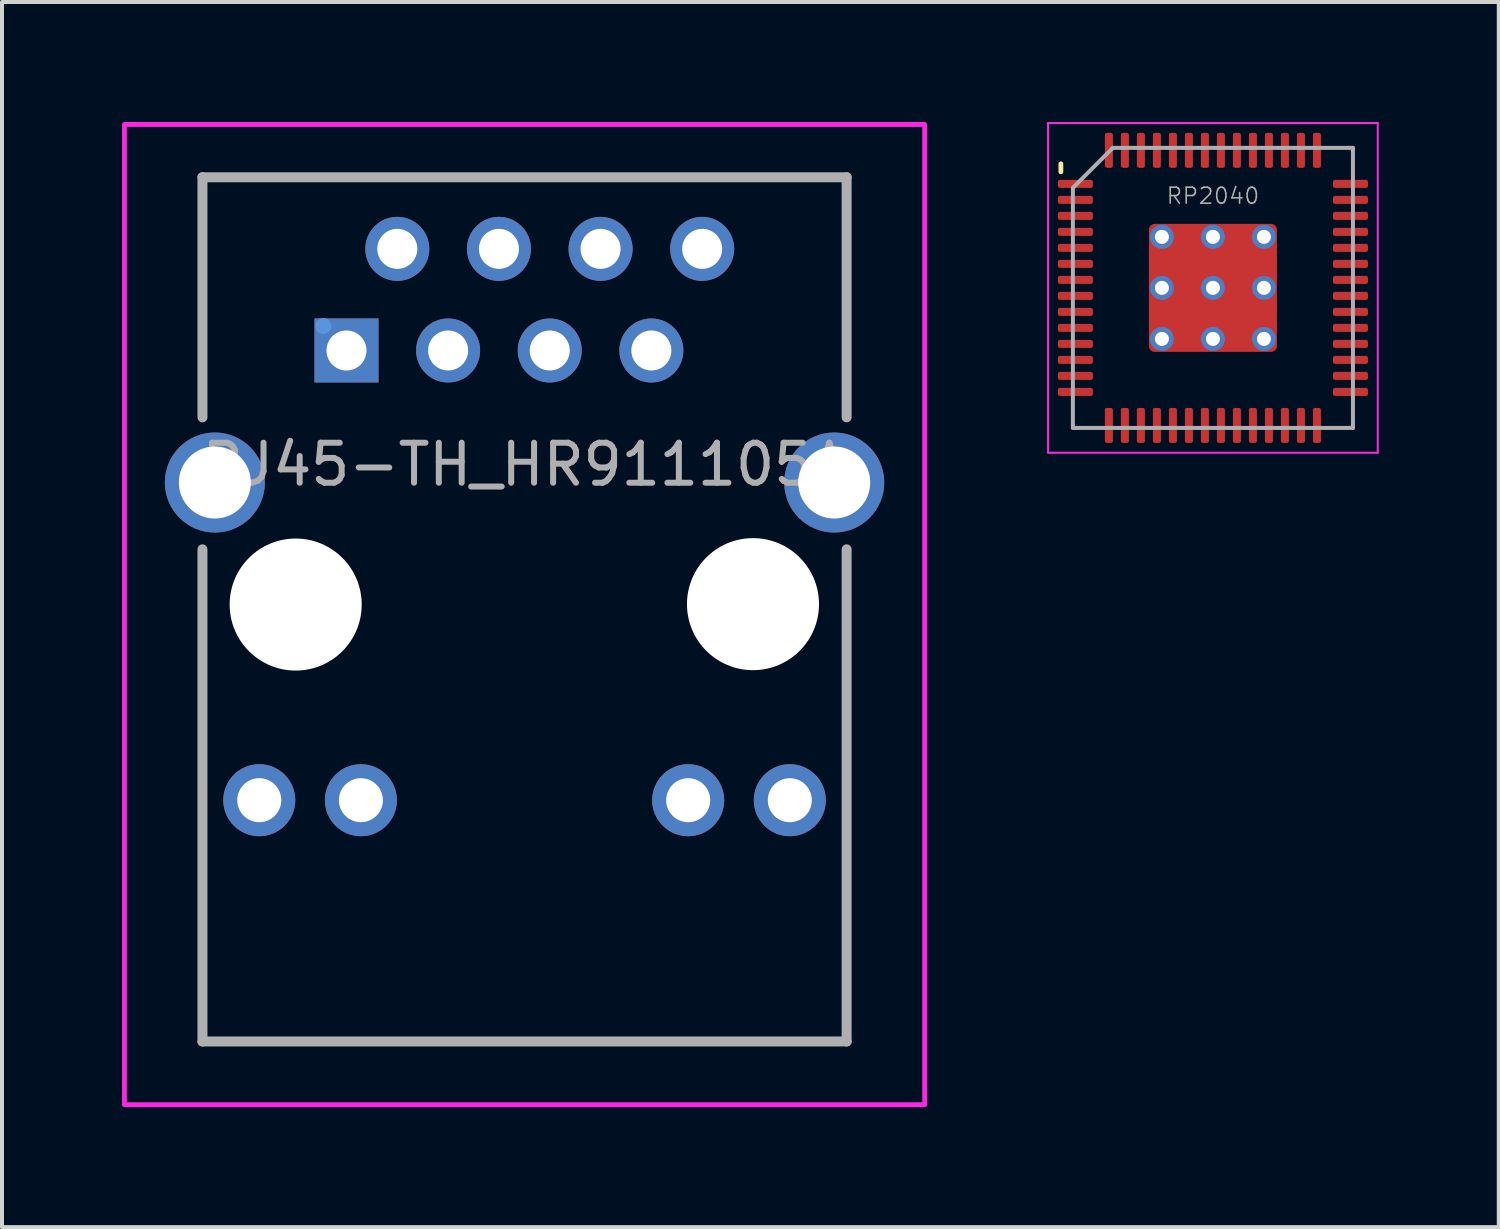
<source format=kicad_pcb>
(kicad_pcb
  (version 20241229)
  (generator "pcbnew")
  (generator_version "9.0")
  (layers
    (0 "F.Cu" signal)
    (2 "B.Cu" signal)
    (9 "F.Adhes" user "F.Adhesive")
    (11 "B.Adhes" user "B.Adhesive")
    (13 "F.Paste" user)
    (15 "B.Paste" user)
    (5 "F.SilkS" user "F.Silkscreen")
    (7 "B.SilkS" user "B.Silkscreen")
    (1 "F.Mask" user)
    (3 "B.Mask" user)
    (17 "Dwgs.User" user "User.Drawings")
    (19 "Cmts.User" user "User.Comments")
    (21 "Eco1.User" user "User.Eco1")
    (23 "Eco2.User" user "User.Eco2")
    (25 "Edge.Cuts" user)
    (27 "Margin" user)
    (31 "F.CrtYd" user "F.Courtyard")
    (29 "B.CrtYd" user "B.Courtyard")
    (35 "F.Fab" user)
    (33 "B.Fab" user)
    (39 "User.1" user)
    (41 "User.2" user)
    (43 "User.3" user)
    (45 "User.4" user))
  (footprint "RJ45-TH_HR911105A"
    (layer "F.Cu")
    (at 10.06 10.06)
    (property "Reference" "RJ45-TH_HR911105A" (at 0 -1.5 0) (layer "F.Fab") (effects (font (size 1 1) (thickness 0.15))))
    (attr through_hole)
    (fp_circle (center -5.72 1.99) (end -5.02 1.99) (stroke (width 1.4) (type solid)) (fill no) (layer "Cmts.User"))
    (fp_circle (center -5.03 -4.96) (end -4.93 -4.96) (stroke (width 0.2) (type solid)) (fill no) (layer "Cmts.User"))
    (fp_circle (center 5.71 1.99) (end 6.41 1.99) (stroke (width 1.4) (type solid)) (fill no) (layer "Cmts.User"))
    (fp_rect (start -10 -10) (end 10 14.5) (stroke (width 0.12) (type solid)) (fill no) (layer "F.CrtYd"))
    (fp_line (start -8.05 -8.68) (end -8.05 -2.68) (stroke (width 0.25) (type solid)) (layer "F.Fab"))
    (fp_line (start -8.05 -8.68) (end 8.05 -8.68) (stroke (width 0.25) (type solid)) (layer "F.Fab"))
    (fp_line (start -8.05 0.62) (end -8.05 12.92) (stroke (width 0.25) (type solid)) (layer "F.Fab"))
    (fp_line (start -8.05 12.92) (end 8.05 12.92) (stroke (width 0.25) (type solid)) (layer "F.Fab"))
    (fp_line (start 8.05 -8.68) (end 8.05 -2.68) (stroke (width 0.25) (type solid)) (layer "F.Fab"))
    (fp_line (start 8.05 0.62) (end 8.05 12.92) (stroke (width 0.25) (type solid)) (layer "F.Fab"))
    (fp_circle (center -8.02 -8.4) (end -7.99 -8.4) (stroke (width 0.06) (type solid)) (fill no) (layer "F.Fab"))
    (pad "" np_thru_hole circle (at -5.72 2) (size 3.3 3.3) (drill 3.3) (layers "*.Cu" "*.Mask"))
    (pad "" np_thru_hole circle (at 5.71 1.99) (size 3.3 3.3) (drill 3.3) (layers "*.Cu" "*.Mask"))
    (pad "1" thru_hole rect (at -4.45 -4.35) (size 1.6 1.6) (drill 1) (layers "*.Cu" "*.Paste" "*.Mask"))
    (pad "2" thru_hole circle (at -3.18 -6.89) (size 1.6 1.6) (drill 1) (layers "*.Cu" "*.Paste" "*.Mask"))
    (pad "3" thru_hole circle (at -1.91 -4.35) (size 1.6 1.6) (drill 1) (layers "*.Cu" "*.Paste" "*.Mask"))
    (pad "4" thru_hole circle (at -0.64 -6.89) (size 1.6 1.6) (drill 1) (layers "*.Cu" "*.Paste" "*.Mask"))
    (pad "5" thru_hole circle (at 0.63 -4.35) (size 1.6 1.6) (drill 1) (layers "*.Cu" "*.Paste" "*.Mask"))
    (pad "6" thru_hole circle (at 1.9 -6.89) (size 1.6 1.6) (drill 1) (layers "*.Cu" "*.Paste" "*.Mask"))
    (pad "7" thru_hole circle (at 3.17 -4.35) (size 1.6 1.6) (drill 1) (layers "*.Cu" "*.Paste" "*.Mask"))
    (pad "8" thru_hole circle (at 4.44 -6.89) (size 1.6 1.6) (drill 1) (layers "*.Cu" "*.Paste" "*.Mask"))
    (pad "9" thru_hole circle (at -6.63 6.89) (size 1.8 1.8) (drill 1.1) (layers "*.Cu" "*.Paste" "*.Mask"))
    (pad "10" thru_hole circle (at -4.09 6.89) (size 1.8 1.8) (drill 1.1) (layers "*.Cu" "*.Paste" "*.Mask"))
    (pad "11" thru_hole circle (at 4.09 6.89) (size 1.8 1.8) (drill 1.1) (layers "*.Cu" "*.Paste" "*.Mask"))
    (pad "12" thru_hole circle (at 6.63 6.89) (size 1.8 1.8) (drill 1.1) (layers "*.Cu" "*.Paste" "*.Mask"))
    (pad "SH1" thru_hole circle (at -7.74 -1.05) (size 2.5 2.5) (drill 1.8) (layers "*.Cu" "*.Paste" "*.Mask"))
    (pad "SH2" thru_hole circle (at 7.74 -1.05) (size 2.5 2.5) (drill 1.8) (layers "*.Cu" "*.Paste" "*.Mask")))
  (footprint "RP2040"
    (layer "F.Cu")
    (at 27.265 4.145)
    (property "Reference" "RP2040" (at 0 -2.3 0) (layer "F.Fab") (effects (font (size 0.4 0.4) (thickness 0.04))))
    (attr smd)
    (fp_line (start -3.8 -3.1) (end -3.8 -2.9) (stroke (width 0.12) (type solid)) (layer "F.SilkS"))
    (fp_line (start -4.12 -4.12) (end -4.12 4.12) (stroke (width 0.05) (type solid)) (layer "F.CrtYd"))
    (fp_line (start -4.12 4.12) (end 4.12 4.12) (stroke (width 0.05) (type solid)) (layer "F.CrtYd"))
    (fp_line (start 4.12 -4.12) (end -4.12 -4.12) (stroke (width 0.05) (type solid)) (layer "F.CrtYd"))
    (fp_line (start 4.12 4.12) (end 4.12 -4.12) (stroke (width 0.05) (type solid)) (layer "F.CrtYd"))
    (fp_line (start -3.5 -2.5) (end -2.5 -3.5) (stroke (width 0.1) (type solid)) (layer "F.Fab"))
    (fp_line (start -3.5 3.5) (end -3.5 -2.5) (stroke (width 0.1) (type solid)) (layer "F.Fab"))
    (fp_line (start -2.5 -3.5) (end 3.5 -3.5) (stroke (width 0.1) (type solid)) (layer "F.Fab"))
    (fp_line (start 3.5 -3.5) (end 3.5 3.5) (stroke (width 0.1) (type solid)) (layer "F.Fab"))
    (fp_line (start 3.5 3.5) (end -3.5 3.5) (stroke (width 0.1) (type solid)) (layer "F.Fab"))
    (pad "" smd roundrect (at -0.637 -0.637) (size 1.084 1.084) (layers "F.Paste") (roundrect_rratio 0.231))
    (pad "" smd roundrect (at -0.637 0.637) (size 1.084 1.084) (layers "F.Paste") (roundrect_rratio 0.231))
    (pad "" smd roundrect (at 0.637 -0.637) (size 1.084 1.084) (layers "F.Paste") (roundrect_rratio 0.231))
    (pad "" smd roundrect (at 0.637 0.637) (size 1.084 1.084) (layers "F.Paste") (roundrect_rratio 0.231))
    (pad "1" smd roundrect (at -3.438 -2.6) (size 0.875 0.2) (layers "F.Cu" "F.Mask" "F.Paste") (roundrect_rratio 0.25))
    (pad "2" smd roundrect (at -3.438 -2.2) (size 0.875 0.2) (layers "F.Cu" "F.Mask" "F.Paste") (roundrect_rratio 0.25))
    (pad "3" smd roundrect (at -3.438 -1.8) (size 0.875 0.2) (layers "F.Cu" "F.Mask" "F.Paste") (roundrect_rratio 0.25))
    (pad "4" smd roundrect (at -3.438 -1.4) (size 0.875 0.2) (layers "F.Cu" "F.Mask" "F.Paste") (roundrect_rratio 0.25))
    (pad "5" smd roundrect (at -3.438 -1) (size 0.875 0.2) (layers "F.Cu" "F.Mask" "F.Paste") (roundrect_rratio 0.25))
    (pad "6" smd roundrect (at -3.438 -0.6) (size 0.875 0.2) (layers "F.Cu" "F.Mask" "F.Paste") (roundrect_rratio 0.25))
    (pad "7" smd roundrect (at -3.438 -0.2) (size 0.875 0.2) (layers "F.Cu" "F.Mask" "F.Paste") (roundrect_rratio 0.25))
    (pad "8" smd roundrect (at -3.438 0.2) (size 0.875 0.2) (layers "F.Cu" "F.Mask" "F.Paste") (roundrect_rratio 0.25))
    (pad "9" smd roundrect (at -3.438 0.6) (size 0.875 0.2) (layers "F.Cu" "F.Mask" "F.Paste") (roundrect_rratio 0.25))
    (pad "10" smd roundrect (at -3.438 1) (size 0.875 0.2) (layers "F.Cu" "F.Mask" "F.Paste") (roundrect_rratio 0.25))
    (pad "11" smd roundrect (at -3.438 1.4) (size 0.875 0.2) (layers "F.Cu" "F.Mask" "F.Paste") (roundrect_rratio 0.25))
    (pad "12" smd roundrect (at -3.438 1.8) (size 0.875 0.2) (layers "F.Cu" "F.Mask" "F.Paste") (roundrect_rratio 0.25))
    (pad "13" smd roundrect (at -3.438 2.2) (size 0.875 0.2) (layers "F.Cu" "F.Mask" "F.Paste") (roundrect_rratio 0.25))
    (pad "14" smd roundrect (at -3.438 2.6) (size 0.875 0.2) (layers "F.Cu" "F.Mask" "F.Paste") (roundrect_rratio 0.25))
    (pad "15" smd roundrect (at -2.6 3.438) (size 0.2 0.875) (layers "F.Cu" "F.Mask" "F.Paste") (roundrect_rratio 0.25))
    (pad "16" smd roundrect (at -2.2 3.438) (size 0.2 0.875) (layers "F.Cu" "F.Mask" "F.Paste") (roundrect_rratio 0.25))
    (pad "17" smd roundrect (at -1.8 3.438) (size 0.2 0.875) (layers "F.Cu" "F.Mask" "F.Paste") (roundrect_rratio 0.25))
    (pad "18" smd roundrect (at -1.4 3.438) (size 0.2 0.875) (layers "F.Cu" "F.Mask" "F.Paste") (roundrect_rratio 0.25))
    (pad "19" smd roundrect (at -1 3.438) (size 0.2 0.875) (layers "F.Cu" "F.Mask" "F.Paste") (roundrect_rratio 0.25))
    (pad "20" smd roundrect (at -0.6 3.438) (size 0.2 0.875) (layers "F.Cu" "F.Mask" "F.Paste") (roundrect_rratio 0.25))
    (pad "21" smd roundrect (at -0.2 3.438) (size 0.2 0.875) (layers "F.Cu" "F.Mask" "F.Paste") (roundrect_rratio 0.25))
    (pad "22" smd roundrect (at 0.2 3.438) (size 0.2 0.875) (layers "F.Cu" "F.Mask" "F.Paste") (roundrect_rratio 0.25))
    (pad "23" smd roundrect (at 0.6 3.438) (size 0.2 0.875) (layers "F.Cu" "F.Mask" "F.Paste") (roundrect_rratio 0.25))
    (pad "24" smd roundrect (at 1 3.438) (size 0.2 0.875) (layers "F.Cu" "F.Mask" "F.Paste") (roundrect_rratio 0.25))
    (pad "25" smd roundrect (at 1.4 3.438) (size 0.2 0.875) (layers "F.Cu" "F.Mask" "F.Paste") (roundrect_rratio 0.25))
    (pad "26" smd roundrect (at 1.8 3.438) (size 0.2 0.875) (layers "F.Cu" "F.Mask" "F.Paste") (roundrect_rratio 0.25))
    (pad "27" smd roundrect (at 2.2 3.438) (size 0.2 0.875) (layers "F.Cu" "F.Mask" "F.Paste") (roundrect_rratio 0.25))
    (pad "28" smd roundrect (at 2.6 3.438) (size 0.2 0.875) (layers "F.Cu" "F.Mask" "F.Paste") (roundrect_rratio 0.25))
    (pad "29" smd roundrect (at 3.438 2.6) (size 0.875 0.2) (layers "F.Cu" "F.Mask" "F.Paste") (roundrect_rratio 0.25))
    (pad "30" smd roundrect (at 3.438 2.2) (size 0.875 0.2) (layers "F.Cu" "F.Mask" "F.Paste") (roundrect_rratio 0.25))
    (pad "31" smd roundrect (at 3.438 1.8) (size 0.875 0.2) (layers "F.Cu" "F.Mask" "F.Paste") (roundrect_rratio 0.25))
    (pad "32" smd roundrect (at 3.438 1.4) (size 0.875 0.2) (layers "F.Cu" "F.Mask" "F.Paste") (roundrect_rratio 0.25))
    (pad "33" smd roundrect (at 3.438 1) (size 0.875 0.2) (layers "F.Cu" "F.Mask" "F.Paste") (roundrect_rratio 0.25))
    (pad "34" smd roundrect (at 3.438 0.6) (size 0.875 0.2) (layers "F.Cu" "F.Mask" "F.Paste") (roundrect_rratio 0.25))
    (pad "35" smd roundrect (at 3.438 0.2) (size 0.875 0.2) (layers "F.Cu" "F.Mask" "F.Paste") (roundrect_rratio 0.25))
    (pad "36" smd roundrect (at 3.438 -0.2) (size 0.875 0.2) (layers "F.Cu" "F.Mask" "F.Paste") (roundrect_rratio 0.25))
    (pad "37" smd roundrect (at 3.438 -0.6) (size 0.875 0.2) (layers "F.Cu" "F.Mask" "F.Paste") (roundrect_rratio 0.25))
    (pad "38" smd roundrect (at 3.438 -1) (size 0.875 0.2) (layers "F.Cu" "F.Mask" "F.Paste") (roundrect_rratio 0.25))
    (pad "39" smd roundrect (at 3.438 -1.4) (size 0.875 0.2) (layers "F.Cu" "F.Mask" "F.Paste") (roundrect_rratio 0.25))
    (pad "40" smd roundrect (at 3.438 -1.8) (size 0.875 0.2) (layers "F.Cu" "F.Mask" "F.Paste") (roundrect_rratio 0.25))
    (pad "41" smd roundrect (at 3.438 -2.2) (size 0.875 0.2) (layers "F.Cu" "F.Mask" "F.Paste") (roundrect_rratio 0.25))
    (pad "42" smd roundrect (at 3.438 -2.6) (size 0.875 0.2) (layers "F.Cu" "F.Mask" "F.Paste") (roundrect_rratio 0.25))
    (pad "43" smd roundrect (at 2.6 -3.438) (size 0.2 0.875) (layers "F.Cu" "F.Mask" "F.Paste") (roundrect_rratio 0.25))
    (pad "44" smd roundrect (at 2.2 -3.438) (size 0.2 0.875) (layers "F.Cu" "F.Mask" "F.Paste") (roundrect_rratio 0.25))
    (pad "45" smd roundrect (at 1.8 -3.438) (size 0.2 0.875) (layers "F.Cu" "F.Mask" "F.Paste") (roundrect_rratio 0.25))
    (pad "46" smd roundrect (at 1.4 -3.438) (size 0.2 0.875) (layers "F.Cu" "F.Mask" "F.Paste") (roundrect_rratio 0.25))
    (pad "47" smd roundrect (at 1 -3.438) (size 0.2 0.875) (layers "F.Cu" "F.Mask" "F.Paste") (roundrect_rratio 0.25))
    (pad "48" smd roundrect (at 0.6 -3.438) (size 0.2 0.875) (layers "F.Cu" "F.Mask" "F.Paste") (roundrect_rratio 0.25))
    (pad "49" smd roundrect (at 0.2 -3.438) (size 0.2 0.875) (layers "F.Cu" "F.Mask" "F.Paste") (roundrect_rratio 0.25))
    (pad "50" smd roundrect (at -0.2 -3.438) (size 0.2 0.875) (layers "F.Cu" "F.Mask" "F.Paste") (roundrect_rratio 0.25))
    (pad "51" smd roundrect (at -0.6 -3.438) (size 0.2 0.875) (layers "F.Cu" "F.Mask" "F.Paste") (roundrect_rratio 0.25))
    (pad "52" smd roundrect (at -1 -3.438) (size 0.2 0.875) (layers "F.Cu" "F.Mask" "F.Paste") (roundrect_rratio 0.25))
    (pad "53" smd roundrect (at -1.4 -3.438) (size 0.2 0.875) (layers "F.Cu" "F.Mask" "F.Paste") (roundrect_rratio 0.25))
    (pad "54" smd roundrect (at -1.8 -3.438) (size 0.2 0.875) (layers "F.Cu" "F.Mask" "F.Paste") (roundrect_rratio 0.25))
    (pad "55" smd roundrect (at -2.2 -3.438) (size 0.2 0.875) (layers "F.Cu" "F.Mask" "F.Paste") (roundrect_rratio 0.25))
    (pad "56" smd roundrect (at -2.6 -3.438) (size 0.2 0.875) (layers "F.Cu" "F.Mask" "F.Paste") (roundrect_rratio 0.25))
    (pad "57" thru_hole circle (at -1.275 -1.275) (size 0.6 0.6) (drill 0.35) (property pad_prop_heatsink) (layers "*.Cu"))
    (pad "57" thru_hole circle (at -1.275 0) (size 0.6 0.6) (drill 0.35) (property pad_prop_heatsink) (layers "*.Cu"))
    (pad "57" thru_hole circle (at -1.275 1.275) (size 0.6 0.6) (drill 0.35) (property pad_prop_heatsink) (layers "*.Cu"))
    (pad "57" thru_hole circle (at 0 -1.275) (size 0.6 0.6) (drill 0.35) (property pad_prop_heatsink) (layers "*.Cu"))
    (pad "57" thru_hole circle (at 0 0) (size 0.6 0.6) (drill 0.35) (property pad_prop_heatsink) (layers "*.Cu"))
    (pad "57" smd roundrect (at 0 0) (size 3.2 3.2) (layers "F.Cu" "F.Mask") (roundrect_rratio 0.045))
    (pad "57" thru_hole circle (at 0 1.275) (size 0.6 0.6) (drill 0.35) (property pad_prop_heatsink) (layers "*.Cu"))
    (pad "57" thru_hole circle (at 1.275 -1.275) (size 0.6 0.6) (drill 0.35) (property pad_prop_heatsink) (layers "*.Cu"))
    (pad "57" thru_hole circle (at 1.275 0) (size 0.6 0.6) (drill 0.35) (property pad_prop_heatsink) (layers "*.Cu"))
    (pad "57" thru_hole circle (at 1.275 1.275) (size 0.6 0.6) (drill 0.35) (property pad_prop_heatsink) (layers "*.Cu")))
  (gr_rect
    (start -3 -3)
    (end 34.41 27.62)
    (stroke (width 0.1) (type default))
    (fill no)
    (layer "Edge.Cuts")))
</source>
